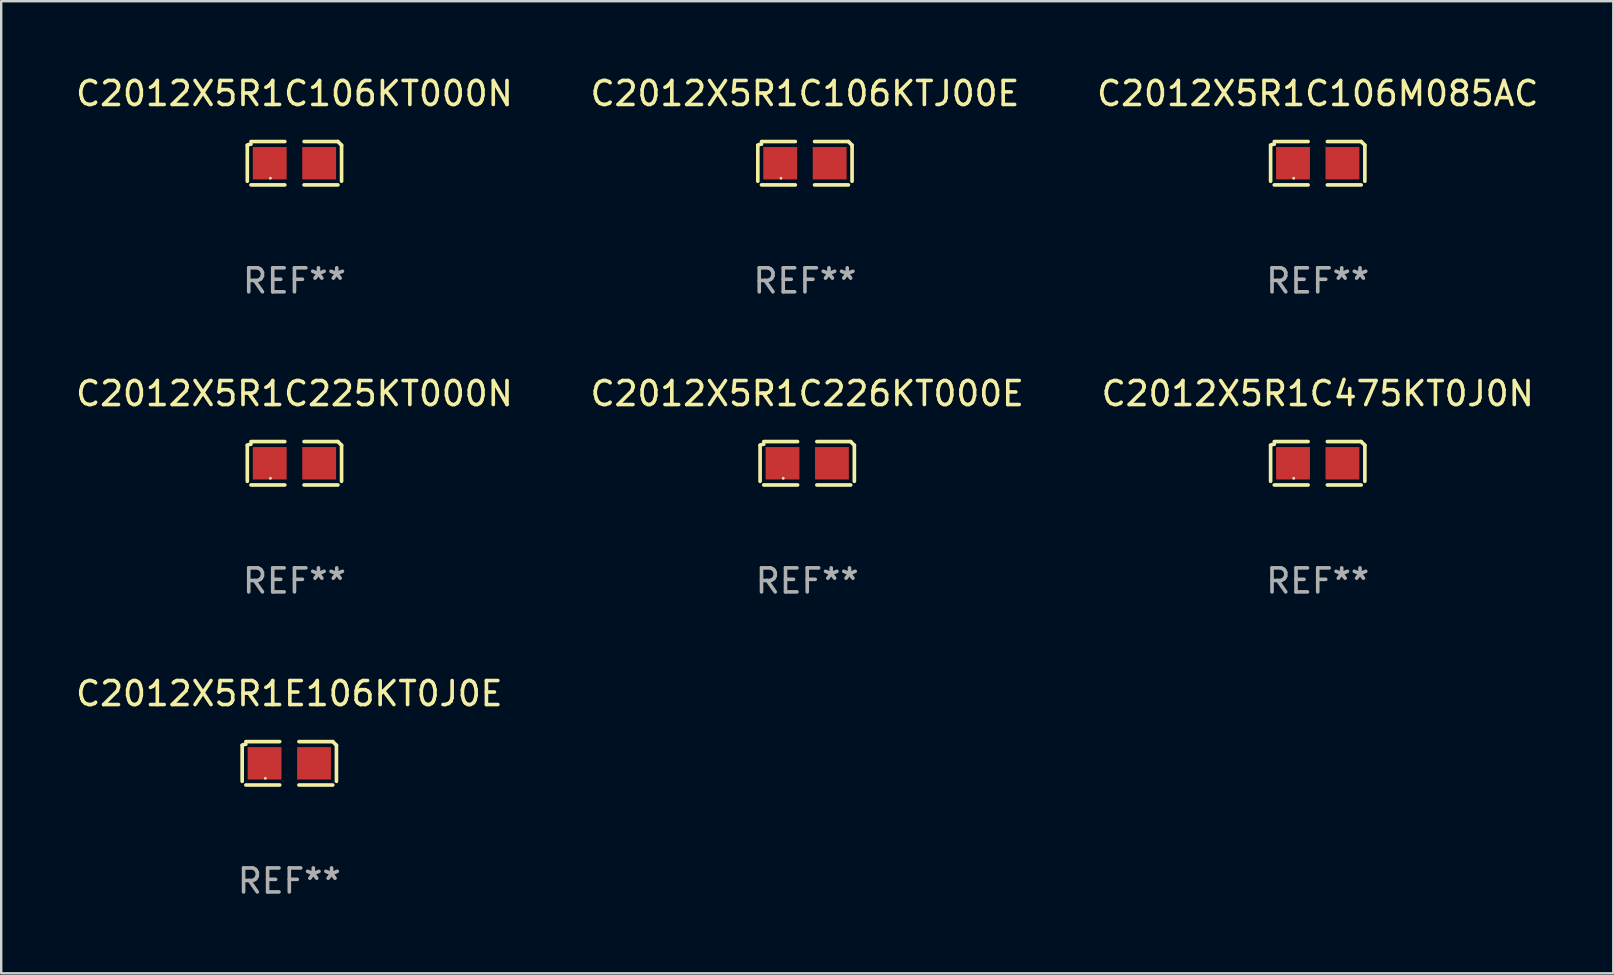
<source format=kicad_pcb>
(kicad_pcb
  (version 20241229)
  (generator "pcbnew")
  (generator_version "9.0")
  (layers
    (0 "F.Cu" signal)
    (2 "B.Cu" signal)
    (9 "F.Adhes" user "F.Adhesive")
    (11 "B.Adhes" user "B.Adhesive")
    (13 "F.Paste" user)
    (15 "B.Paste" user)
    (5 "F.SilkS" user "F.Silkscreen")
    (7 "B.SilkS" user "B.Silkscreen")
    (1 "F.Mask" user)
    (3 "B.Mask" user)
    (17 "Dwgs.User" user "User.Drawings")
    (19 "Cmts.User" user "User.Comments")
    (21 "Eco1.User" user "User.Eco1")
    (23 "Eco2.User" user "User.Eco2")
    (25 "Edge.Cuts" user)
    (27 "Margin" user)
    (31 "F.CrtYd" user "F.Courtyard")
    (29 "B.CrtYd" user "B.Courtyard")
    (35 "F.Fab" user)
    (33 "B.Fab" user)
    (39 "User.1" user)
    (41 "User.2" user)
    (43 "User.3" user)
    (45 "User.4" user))
  (footprint "C2012X5R1C106M085AC"
    (layer "F.Cu")
    (at 51.863 3.752)
    (property "Reference" "C2012X5R1C106M085AC" (at 0 -2.904 0) (layer "F.SilkS") (effects (font (size 1 1) (thickness 0.15))))
    (attr through_hole)
    (fp_line (start -1.964 0.751) (end -1.964 -0.751) (stroke (width 0.152) (type solid)) (layer "F.SilkS"))
    (fp_line (start -1.811 -0.904) (end -0.401 -0.904) (stroke (width 0.152) (type solid)) (layer "F.SilkS"))
    (fp_line (start -0.401 0.904) (end -1.811 0.904) (stroke (width 0.152) (type solid)) (layer "F.SilkS"))
    (fp_line (start 0.401 0.904) (end 1.811 0.904) (stroke (width 0.152) (type solid)) (layer "F.SilkS"))
    (fp_line (start 1.811 -0.904) (end 0.401 -0.904) (stroke (width 0.152) (type solid)) (layer "F.SilkS"))
    (fp_line (start 1.964 0.751) (end 1.964 -0.751) (stroke (width 0.152) (type solid)) (layer "F.SilkS"))
    (fp_arc (start -1.963602 -0.751207) (mid -1.890354 -0.783131) (end -1.811201 -0.794044) (stroke (width 0.1524) (type solid)) (layer "F.SilkS"))
    (fp_arc (start 1.811202 -0.903607) (mid 1.887413 -0.827418) (end 1.963602 -0.751207) (stroke (width 0.1524) (type solid)) (layer "F.SilkS"))
    (fp_circle (center -1 0.625) (end -0.97 0.625) (stroke (width 0.06) (type solid)) (fill no) (layer "F.SilkS"))
    (fp_text user "REF**" (at 0 4.904 0) (layer "F.Fab") (effects (font (size 1 1) (thickness 0.15))))
    (pad "1" smd rect (at -1.03 0) (size 1.41 1.35) (layers "F.Cu" "F.Mask" "F.Paste"))
    (pad "2" smd rect (at 1.03 0) (size 1.41 1.35) (layers "F.Cu" "F.Mask" "F.Paste")))
  (footprint "C2012X5R1E106KT0J0E"
    (layer "F.Cu")
    (at 9.006 28.759)
    (property "Reference" "C2012X5R1E106KT0J0E" (at 0 -2.904 0) (layer "F.SilkS") (effects (font (size 1 1) (thickness 0.15))))
    (attr through_hole)
    (fp_line (start -1.964 0.751) (end -1.964 -0.751) (stroke (width 0.152) (type solid)) (layer "F.SilkS"))
    (fp_line (start -1.811 -0.904) (end -0.401 -0.904) (stroke (width 0.152) (type solid)) (layer "F.SilkS"))
    (fp_line (start -0.401 0.904) (end -1.811 0.904) (stroke (width 0.152) (type solid)) (layer "F.SilkS"))
    (fp_line (start 0.401 0.904) (end 1.811 0.904) (stroke (width 0.152) (type solid)) (layer "F.SilkS"))
    (fp_line (start 1.811 -0.904) (end 0.401 -0.904) (stroke (width 0.152) (type solid)) (layer "F.SilkS"))
    (fp_line (start 1.964 0.751) (end 1.964 -0.751) (stroke (width 0.152) (type solid)) (layer "F.SilkS"))
    (fp_arc (start -1.963602 -0.751207) (mid -1.890354 -0.783131) (end -1.811201 -0.794044) (stroke (width 0.1524) (type solid)) (layer "F.SilkS"))
    (fp_arc (start 1.811202 -0.903607) (mid 1.887413 -0.827418) (end 1.963602 -0.751207) (stroke (width 0.1524) (type solid)) (layer "F.SilkS"))
    (fp_circle (center -1 0.625) (end -0.97 0.625) (stroke (width 0.06) (type solid)) (fill no) (layer "F.SilkS"))
    (fp_text user "REF**" (at 0 4.904 0) (layer "F.Fab") (effects (font (size 1 1) (thickness 0.15))))
    (pad "1" smd rect (at -1.03 0) (size 1.41 1.35) (layers "F.Cu" "F.Mask" "F.Paste"))
    (pad "2" smd rect (at 1.03 0) (size 1.41 1.35) (layers "F.Cu" "F.Mask" "F.Paste")))
  (footprint "C2012X5R1C226KT000E"
    (layer "F.Cu")
    (at 30.589 16.256)
    (property "Reference" "C2012X5R1C226KT000E" (at 0 -2.904 0) (layer "F.SilkS") (effects (font (size 1 1) (thickness 0.15))))
    (attr through_hole)
    (fp_line (start -1.964 0.751) (end -1.964 -0.751) (stroke (width 0.152) (type solid)) (layer "F.SilkS"))
    (fp_line (start -1.811 -0.904) (end -0.401 -0.904) (stroke (width 0.152) (type solid)) (layer "F.SilkS"))
    (fp_line (start -0.401 0.904) (end -1.811 0.904) (stroke (width 0.152) (type solid)) (layer "F.SilkS"))
    (fp_line (start 0.401 0.904) (end 1.811 0.904) (stroke (width 0.152) (type solid)) (layer "F.SilkS"))
    (fp_line (start 1.811 -0.904) (end 0.401 -0.904) (stroke (width 0.152) (type solid)) (layer "F.SilkS"))
    (fp_line (start 1.964 0.751) (end 1.964 -0.751) (stroke (width 0.152) (type solid)) (layer "F.SilkS"))
    (fp_arc (start -1.963602 -0.751207) (mid -1.890354 -0.783131) (end -1.811201 -0.794044) (stroke (width 0.1524) (type solid)) (layer "F.SilkS"))
    (fp_arc (start 1.811202 -0.903607) (mid 1.887413 -0.827418) (end 1.963602 -0.751207) (stroke (width 0.1524) (type solid)) (layer "F.SilkS"))
    (fp_circle (center -1 0.625) (end -0.97 0.625) (stroke (width 0.06) (type solid)) (fill no) (layer "F.SilkS"))
    (fp_text user "REF**" (at 0 4.904 0) (layer "F.Fab") (effects (font (size 1 1) (thickness 0.15))))
    (pad "1" smd rect (at -1.03 0) (size 1.41 1.35) (layers "F.Cu" "F.Mask" "F.Paste"))
    (pad "2" smd rect (at 1.03 0) (size 1.41 1.35) (layers "F.Cu" "F.Mask" "F.Paste")))
  (footprint "C2012X5R1C106KTJ00E"
    (layer "F.Cu")
    (at 30.494 3.752)
    (property "Reference" "C2012X5R1C106KTJ00E" (at 0 -2.904 0) (layer "F.SilkS") (effects (font (size 1 1) (thickness 0.15))))
    (attr through_hole)
    (fp_line (start -1.964 0.751) (end -1.964 -0.751) (stroke (width 0.152) (type solid)) (layer "F.SilkS"))
    (fp_line (start -1.811 -0.904) (end -0.401 -0.904) (stroke (width 0.152) (type solid)) (layer "F.SilkS"))
    (fp_line (start -0.401 0.904) (end -1.811 0.904) (stroke (width 0.152) (type solid)) (layer "F.SilkS"))
    (fp_line (start 0.401 0.904) (end 1.811 0.904) (stroke (width 0.152) (type solid)) (layer "F.SilkS"))
    (fp_line (start 1.811 -0.904) (end 0.401 -0.904) (stroke (width 0.152) (type solid)) (layer "F.SilkS"))
    (fp_line (start 1.964 0.751) (end 1.964 -0.751) (stroke (width 0.152) (type solid)) (layer "F.SilkS"))
    (fp_arc (start -1.963602 -0.751207) (mid -1.890354 -0.783131) (end -1.811201 -0.794044) (stroke (width 0.1524) (type solid)) (layer "F.SilkS"))
    (fp_arc (start 1.811202 -0.903607) (mid 1.887413 -0.827418) (end 1.963602 -0.751207) (stroke (width 0.1524) (type solid)) (layer "F.SilkS"))
    (fp_circle (center -1 0.625) (end -0.97 0.625) (stroke (width 0.06) (type solid)) (fill no) (layer "F.SilkS"))
    (fp_text user "REF**" (at 0 4.904 0) (layer "F.Fab") (effects (font (size 1 1) (thickness 0.15))))
    (pad "1" smd rect (at -1.03 0) (size 1.41 1.35) (layers "F.Cu" "F.Mask" "F.Paste"))
    (pad "2" smd rect (at 1.03 0) (size 1.41 1.35) (layers "F.Cu" "F.Mask" "F.Paste")))
  (footprint "C2012X5R1C225KT000N"
    (layer "F.Cu")
    (at 9.22 16.256)
    (property "Reference" "C2012X5R1C225KT000N" (at 0 -2.904 0) (layer "F.SilkS") (effects (font (size 1 1) (thickness 0.15))))
    (attr through_hole)
    (fp_line (start -1.964 0.751) (end -1.964 -0.751) (stroke (width 0.152) (type solid)) (layer "F.SilkS"))
    (fp_line (start -1.811 -0.904) (end -0.401 -0.904) (stroke (width 0.152) (type solid)) (layer "F.SilkS"))
    (fp_line (start -0.401 0.904) (end -1.811 0.904) (stroke (width 0.152) (type solid)) (layer "F.SilkS"))
    (fp_line (start 0.401 0.904) (end 1.811 0.904) (stroke (width 0.152) (type solid)) (layer "F.SilkS"))
    (fp_line (start 1.811 -0.904) (end 0.401 -0.904) (stroke (width 0.152) (type solid)) (layer "F.SilkS"))
    (fp_line (start 1.964 0.751) (end 1.964 -0.751) (stroke (width 0.152) (type solid)) (layer "F.SilkS"))
    (fp_arc (start -1.963602 -0.751207) (mid -1.890354 -0.783131) (end -1.811201 -0.794044) (stroke (width 0.1524) (type solid)) (layer "F.SilkS"))
    (fp_arc (start 1.811202 -0.903607) (mid 1.887413 -0.827418) (end 1.963602 -0.751207) (stroke (width 0.1524) (type solid)) (layer "F.SilkS"))
    (fp_circle (center -1 0.625) (end -0.97 0.625) (stroke (width 0.06) (type solid)) (fill no) (layer "F.SilkS"))
    (fp_text user "REF**" (at 0 4.904 0) (layer "F.Fab") (effects (font (size 1 1) (thickness 0.15))))
    (pad "1" smd rect (at -1.03 0) (size 1.41 1.35) (layers "F.Cu" "F.Mask" "F.Paste"))
    (pad "2" smd rect (at 1.03 0) (size 1.41 1.35) (layers "F.Cu" "F.Mask" "F.Paste")))
  (footprint "C2012X5R1C106KT000N"
    (layer "F.Cu")
    (at 9.22 3.752)
    (property "Reference" "C2012X5R1C106KT000N" (at 0 -2.904 0) (layer "F.SilkS") (effects (font (size 1 1) (thickness 0.15))))
    (attr through_hole)
    (fp_line (start -1.964 0.751) (end -1.964 -0.751) (stroke (width 0.152) (type solid)) (layer "F.SilkS"))
    (fp_line (start -1.811 -0.904) (end -0.401 -0.904) (stroke (width 0.152) (type solid)) (layer "F.SilkS"))
    (fp_line (start -0.401 0.904) (end -1.811 0.904) (stroke (width 0.152) (type solid)) (layer "F.SilkS"))
    (fp_line (start 0.401 0.904) (end 1.811 0.904) (stroke (width 0.152) (type solid)) (layer "F.SilkS"))
    (fp_line (start 1.811 -0.904) (end 0.401 -0.904) (stroke (width 0.152) (type solid)) (layer "F.SilkS"))
    (fp_line (start 1.964 0.751) (end 1.964 -0.751) (stroke (width 0.152) (type solid)) (layer "F.SilkS"))
    (fp_arc (start -1.963602 -0.751207) (mid -1.890354 -0.783131) (end -1.811201 -0.794044) (stroke (width 0.1524) (type solid)) (layer "F.SilkS"))
    (fp_arc (start 1.811202 -0.903607) (mid 1.887413 -0.827418) (end 1.963602 -0.751207) (stroke (width 0.1524) (type solid)) (layer "F.SilkS"))
    (fp_circle (center -1 0.625) (end -0.97 0.625) (stroke (width 0.06) (type solid)) (fill no) (layer "F.SilkS"))
    (fp_text user "REF**" (at 0 4.904 0) (layer "F.Fab") (effects (font (size 1 1) (thickness 0.15))))
    (pad "1" smd rect (at -1.03 0) (size 1.41 1.35) (layers "F.Cu" "F.Mask" "F.Paste"))
    (pad "2" smd rect (at 1.03 0) (size 1.41 1.35) (layers "F.Cu" "F.Mask" "F.Paste")))
  (footprint "C2012X5R1C475KT0J0N"
    (layer "F.Cu")
    (at 51.863 16.256)
    (property "Reference" "C2012X5R1C475KT0J0N" (at 0 -2.904 0) (layer "F.SilkS") (effects (font (size 1 1) (thickness 0.15))))
    (attr through_hole)
    (fp_line (start -1.964 0.751) (end -1.964 -0.751) (stroke (width 0.152) (type solid)) (layer "F.SilkS"))
    (fp_line (start -1.811 -0.904) (end -0.401 -0.904) (stroke (width 0.152) (type solid)) (layer "F.SilkS"))
    (fp_line (start -0.401 0.904) (end -1.811 0.904) (stroke (width 0.152) (type solid)) (layer "F.SilkS"))
    (fp_line (start 0.401 0.904) (end 1.811 0.904) (stroke (width 0.152) (type solid)) (layer "F.SilkS"))
    (fp_line (start 1.811 -0.904) (end 0.401 -0.904) (stroke (width 0.152) (type solid)) (layer "F.SilkS"))
    (fp_line (start 1.964 0.751) (end 1.964 -0.751) (stroke (width 0.152) (type solid)) (layer "F.SilkS"))
    (fp_arc (start -1.963602 -0.751207) (mid -1.890354 -0.783131) (end -1.811201 -0.794044) (stroke (width 0.1524) (type solid)) (layer "F.SilkS"))
    (fp_arc (start 1.811202 -0.903607) (mid 1.887413 -0.827418) (end 1.963602 -0.751207) (stroke (width 0.1524) (type solid)) (layer "F.SilkS"))
    (fp_circle (center -1 0.625) (end -0.97 0.625) (stroke (width 0.06) (type solid)) (fill no) (layer "F.SilkS"))
    (fp_text user "REF**" (at 0 4.904 0) (layer "F.Fab") (effects (font (size 1 1) (thickness 0.15))))
    (pad "1" smd rect (at -1.03 0) (size 1.41 1.35) (layers "F.Cu" "F.Mask" "F.Paste"))
    (pad "2" smd rect (at 1.03 0) (size 1.41 1.35) (layers "F.Cu" "F.Mask" "F.Paste")))
  (gr_rect
    (start -3 -3)
    (end 64.179 37.511)
    (stroke (width 0.1) (type default))
    (fill no)
    (layer "Edge.Cuts")))
</source>
